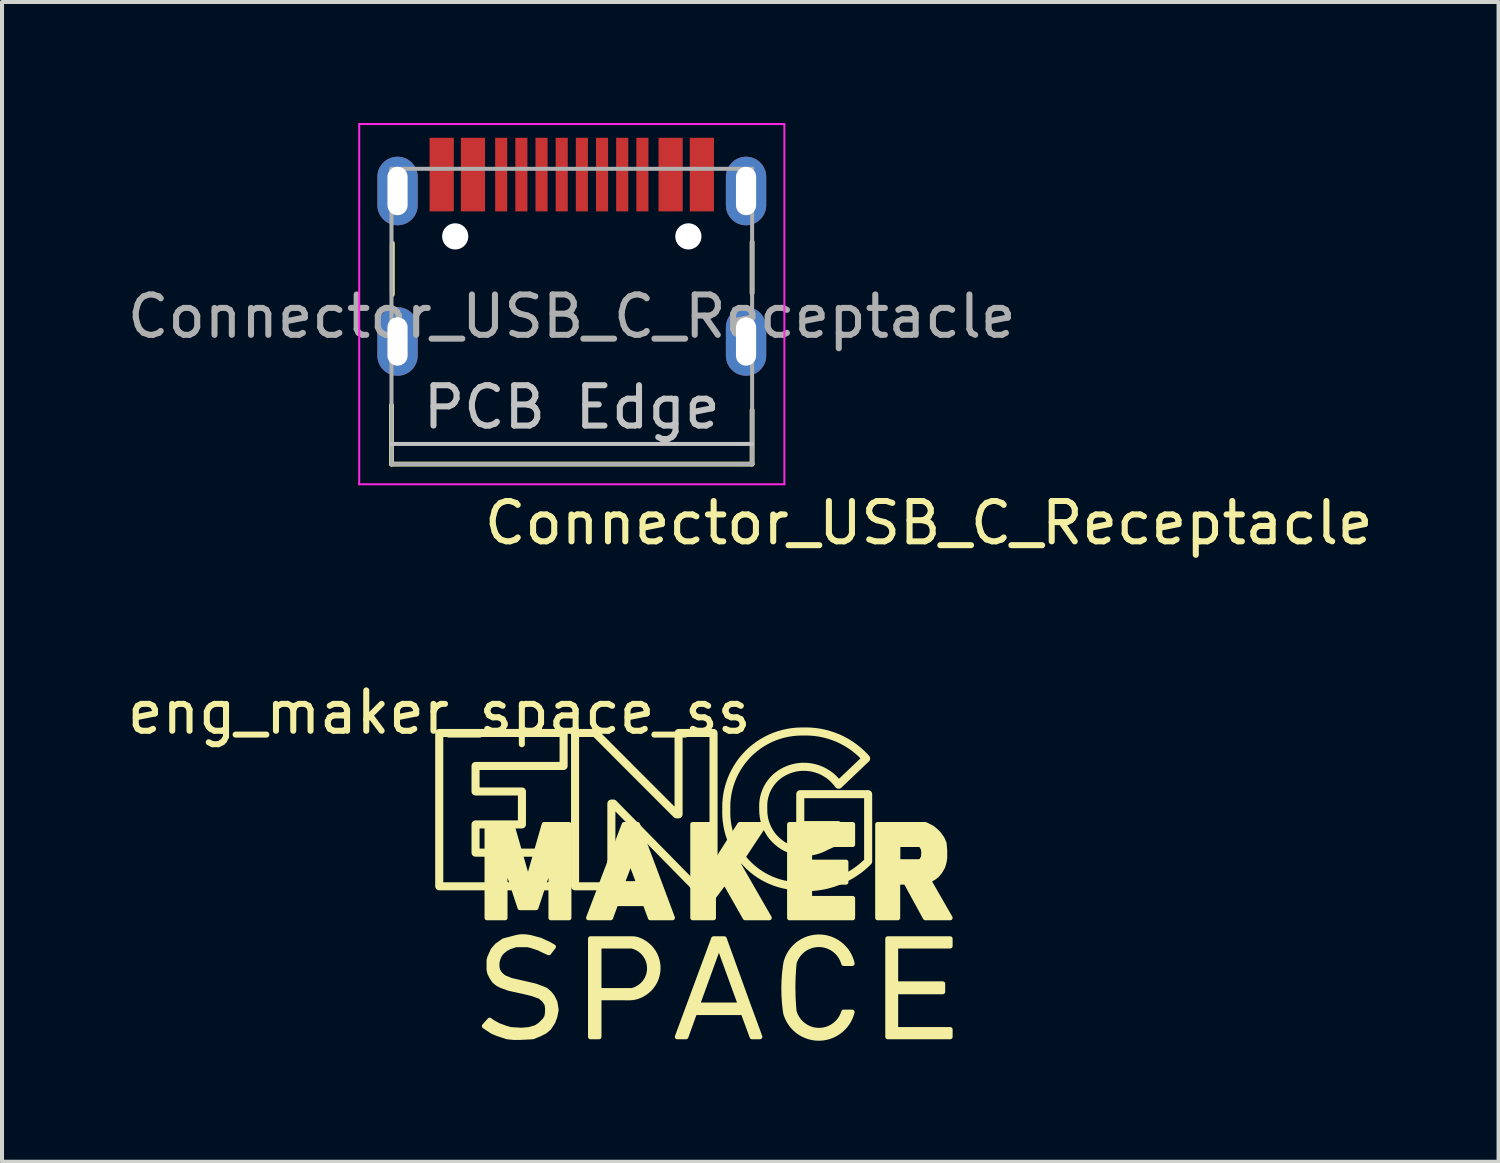
<source format=kicad_pcb>
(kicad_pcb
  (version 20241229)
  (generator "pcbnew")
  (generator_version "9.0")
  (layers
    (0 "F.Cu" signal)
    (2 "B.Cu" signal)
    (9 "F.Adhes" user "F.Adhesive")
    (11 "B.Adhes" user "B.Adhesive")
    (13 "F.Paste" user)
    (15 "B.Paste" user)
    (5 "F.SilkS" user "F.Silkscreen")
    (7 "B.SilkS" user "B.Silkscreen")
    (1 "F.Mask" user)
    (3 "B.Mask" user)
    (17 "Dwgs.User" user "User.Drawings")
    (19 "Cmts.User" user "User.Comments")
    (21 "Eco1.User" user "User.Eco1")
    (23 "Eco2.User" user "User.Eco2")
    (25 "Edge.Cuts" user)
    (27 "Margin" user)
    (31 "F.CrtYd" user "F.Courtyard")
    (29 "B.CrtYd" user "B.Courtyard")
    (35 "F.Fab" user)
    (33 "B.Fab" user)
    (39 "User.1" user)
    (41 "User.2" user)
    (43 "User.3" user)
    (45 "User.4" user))
  (footprint "Connector_USB_C_Receptacle"
    (layer "F.Cu")
    (at 11.125 3.615)
    (property "Reference" "Connector_USB_C_Receptacle" (at 8.85 6.3 0) (layer "F.SilkS") (effects (font (size 1 1) (thickness 0.15))))
    (attr smd)
    (fp_line (start -4.47 4.84) (end -4.47 3.38) (stroke (width 0.12) (type solid)) (layer "F.SilkS"))
    (fp_line (start -4.45 -0.635) (end -4.45 0.635) (stroke (width 0.12) (type solid)) (layer "F.SilkS"))
    (fp_line (start 4.47 -0.67) (end 4.47 0.6) (stroke (width 0.12) (type solid)) (layer "F.SilkS"))
    (fp_line (start 4.47 4.84) (end -4.47 4.84) (stroke (width 0.12) (type solid)) (layer "F.SilkS"))
    (fp_line (start 4.47 4.84) (end 4.47 3.5) (stroke (width 0.12) (type solid)) (layer "F.SilkS"))
    (fp_line (start -4.47 4.34) (end 4.47 4.34) (stroke (width 0.1) (type solid)) (layer "Dwgs.User"))
    (fp_line (start -5.27 -3.59) (end -5.27 5.34) (stroke (width 0.05) (type solid)) (layer "F.CrtYd"))
    (fp_line (start -5.27 5.34) (end 5.27 5.34) (stroke (width 0.05) (type solid)) (layer "F.CrtYd"))
    (fp_line (start 5.27 -3.59) (end -5.27 -3.59) (stroke (width 0.05) (type solid)) (layer "F.CrtYd"))
    (fp_line (start 5.27 5.34) (end 5.27 -3.59) (stroke (width 0.05) (type solid)) (layer "F.CrtYd"))
    (fp_line (start -4.47 -2.48) (end -4.47 4.84) (stroke (width 0.1) (type solid)) (layer "F.Fab"))
    (fp_line (start -4.47 -2.48) (end 4.47 -2.48) (stroke (width 0.1) (type solid)) (layer "F.Fab"))
    (fp_line (start 4.47 -2.48) (end 4.47 4.84) (stroke (width 0.1) (type solid)) (layer "F.Fab"))
    (fp_line (start 4.47 4.84) (end -4.47 4.84) (stroke (width 0.1) (type solid)) (layer "F.Fab"))
    (fp_text user "PCB Edge" (at 0 3.43 0) (layer "Dwgs.User") (effects (font (size 1 1) (thickness 0.15))))
    (fp_text user "${REFERENCE}" (at 0 1.18 0) (layer "F.Fab") (effects (font (size 1 1) (thickness 0.15))))
    (pad "" np_thru_hole circle (at -2.89 -0.805) (size 0.65 0.65) (drill 0.65) (layers "*.Cu" "*.Mask"))
    (pad "" np_thru_hole circle (at 2.89 -0.805) (size 0.65 0.65) (drill 0.65) (layers "*.Cu" "*.Mask"))
    (pad "1" smd rect (at -3.225 -2.337) (size 0.6 1.825) (layers "F.Cu" "F.Mask" "F.Paste"))
    (pad "2" smd rect (at -2.45 -2.337) (size 0.6 1.825) (layers "F.Cu" "F.Mask" "F.Paste"))
    (pad "3" smd rect (at -1.75 -2.337) (size 0.3 1.825) (layers "F.Cu" "F.Mask" "F.Paste"))
    (pad "4" smd rect (at -1.25 -2.337) (size 0.3 1.825) (layers "F.Cu" "F.Mask" "F.Paste"))
    (pad "5" smd rect (at -0.75 -2.337) (size 0.3 1.825) (layers "F.Cu" "F.Mask" "F.Paste"))
    (pad "6" smd rect (at -0.25 -2.337) (size 0.3 1.825) (layers "F.Cu" "F.Mask" "F.Paste"))
    (pad "7" smd rect (at 0.25 -2.337) (size 0.3 1.825) (layers "F.Cu" "F.Mask" "F.Paste"))
    (pad "8" smd rect (at 0.75 -2.337) (size 0.3 1.825) (layers "F.Cu" "F.Mask" "F.Paste"))
    (pad "9" smd rect (at 1.25 -2.337) (size 0.3 1.825) (layers "F.Cu" "F.Mask" "F.Paste"))
    (pad "10" smd rect (at 1.75 -2.337) (size 0.3 1.825) (layers "F.Cu" "F.Mask" "F.Paste"))
    (pad "11" smd rect (at 2.45 -2.337) (size 0.6 1.825) (layers "F.Cu" "F.Mask" "F.Paste"))
    (pad "12" smd rect (at 3.225 -2.337) (size 0.6 1.825) (layers "F.Cu" "F.Mask" "F.Paste"))
    (pad "S1" thru_hole oval (at -4.32 -1.93 90) (size 1.7 1) (drill oval 1.2 0.5) (layers "*.Cu" "*.Mask"))
    (pad "S1" thru_hole oval (at -4.32 1.8 90) (size 1.7 1) (drill oval 1.2 0.5) (layers "*.Cu" "*.Mask"))
    (pad "S1" thru_hole oval (at 4.32 -1.93 90) (size 1.7 1) (drill oval 1.2 0.5) (layers "*.Cu" "*.Mask"))
    (pad "S1" thru_hole oval (at 4.32 1.8 90) (size 1.7 1) (drill oval 1.2 0.5) (layers "*.Cu" "*.Mask")))
  (footprint "eng_maker_space_ss"
    (layer "F.Cu")
    (at 7.839 15.111)
    (property "Reference" "eng_maker_space_ss" (at 0 -0.5 0) (unlocked yes) (layer "F.SilkS") (effects (font (size 1 1) (thickness 0.15))))
    (attr board_only exclude_from_bom)
    (fp_poly (pts (xy 11.958 2.802) (xy 11.992 2.856) (xy 12.017 2.952) (xy 12.008 3.077) (xy 11.971 3.16) (xy 11.925 3.197) (xy 11.879 3.206) (xy 11.367 3.206) (xy 11.367 2.777) (xy 11.921 2.777)) (stroke (width 0.12) (type solid)) (fill no) (layer "F.SilkS"))
    (fp_poly (pts (xy 3.083 0.827) (xy 3.083 0.01) (xy 0 0.01) (xy 0 3.81) (xy 2.992 3.81) (xy 2.992 2.977) (xy 0.9 2.977) (xy 0.9 2.277) (xy 2.05 2.277) (xy 2.05 1.46) (xy 0.9 1.46) (xy 0.9 0.827)) (stroke (width 0.2) (type solid)) (fill no) (layer "F.SilkS"))
    (fp_poly (pts (xy 10.25 2.777) (xy 9.183 2.777) (xy 9.183 3.21) (xy 10.083 3.21) (xy 10.083 3.71) (xy 9.183 3.71) (xy 9.183 4.11) (xy 10.25 4.11) (xy 10.25 4.593) (xy 8.683 4.593) (xy 8.683 2.277) (xy 10.25 2.277)) (stroke (width 0.12) (type solid)) (fill yes) (layer "F.SilkS"))
    (fp_poly (pts (xy 12.667 5.293) (xy 11.317 5.293) (xy 11.317 6.227) (xy 12.483 6.227) (xy 12.483 6.427) (xy 11.317 6.427) (xy 11.317 7.36) (xy 12.667 7.36) (xy 12.667 7.543) (xy 11.117 7.543) (xy 11.117 5.11) (xy 12.667 5.11)) (stroke (width 0.12) (type solid)) (fill yes) (layer "F.SilkS"))
    (fp_poly (pts (xy 5.883 2.027) (xy 5.933 2.027) (xy 5.933 0.01) (xy 6.8 0.01) (xy 6.8 3.81) (xy 6.333 3.81) (xy 6.233 3.71) (xy 4.317 1.76) (xy 4.267 1.76) (xy 4.267 3.81) (xy 3.367 3.81) (xy 3.367 0.01) (xy 3.867 0.01)) (stroke (width 0.2) (type solid)) (fill no) (layer "F.SilkS"))
    (fp_poly (pts (xy 5.783 4.593) (xy 5.233 4.593) (xy 5.104 4.243) (xy 4.379 4.243) (xy 4.25 4.593) (xy 3.7 4.593) (xy 4.583 2.277) (xy 4.917 2.277) (xy 5.284 3.259) (xy 4.717 3.26) (xy 4.533 3.743) (xy 4.95 3.743) (xy 4.767 3.26) (xy 5.285 3.26)) (stroke (width 0.12) (type solid)) (fill yes) (layer "F.SilkS"))
    (fp_poly (pts (xy 7.417 3.26) (xy 8.183 4.593) (xy 7.583 4.593) (xy 7.1 3.743) (xy 7.05 3.743) (xy 6.8 4.077) (xy 6.8 4.593) (xy 6.283 4.593) (xy 6.283 2.277) (xy 6.8 2.277) (xy 6.8 3.193) (xy 6.867 3.193) (xy 7.45 2.277) (xy 8.067 2.277)) (stroke (width 0.12) (type solid)) (fill yes) (layer "F.SilkS"))
    (fp_poly (pts (xy 2.183 3.61) (xy 2.217 3.61) (xy 2.6 2.277) (xy 3.217 2.277) (xy 3.217 4.593) (xy 2.767 4.593) (xy 2.767 3.427) (xy 2.7 3.427) (xy 2.4 4.343) (xy 2 4.343) (xy 1.7 3.427) (xy 1.633 3.427) (xy 1.633 4.593) (xy 1.183 4.593) (xy 1.183 2.277) (xy 1.8 2.277)) (stroke (width 0.12) (type solid)) (fill yes) (layer "F.SilkS"))
    (fp_poly (pts (xy 7.66 6.752) (xy 7.467 6.752) (xy 6.958 5.352) (xy 6.908 5.352) (xy 6.4 6.752) (xy 7.467 6.752) (xy 7.66 6.752) (xy 7.804 7.142) (xy 7.95 7.543) (xy 7.754 7.543) (xy 7.533 6.943) (xy 6.333 6.943) (xy 6.117 7.543) (xy 5.9 7.543) (xy 6.8 5.11) (xy 7.067 5.11)) (stroke (width 0.12) (type solid)) (fill yes) (layer "F.SilkS"))
    (fp_poly (pts (xy 12.217 2.36) (xy 12.3 2.427) (xy 12.383 2.51) (xy 12.467 2.627) (xy 12.517 2.743) (xy 12.533 2.91) (xy 12.533 3.11) (xy 12.517 3.21) (xy 12.483 3.327) (xy 12.417 3.443) (xy 12.333 3.543) (xy 12.267 3.593) (xy 12.183 3.643) (xy 12.15 3.66) (xy 12.15 3.693) (xy 12.667 4.593) (xy 12.05 4.593) (xy 11.567 3.71) (xy 11.367 3.71) (xy 11.367 4.593) (xy 10.867 4.593) (xy 10.867 2.777) (xy 11.367 2.777) (xy 11.367 3.206) (xy 11.879 3.206) (xy 11.925 3.197) (xy 11.971 3.16) (xy 12.008 3.077) (xy 12.017 2.952) (xy 11.992 2.856) (xy 11.958 2.802) (xy 11.921 2.777) (xy 10.867 2.777) (xy 10.867 2.277) (xy 12.05 2.277)) (stroke (width 0.12) (type solid)) (fill yes) (layer "F.SilkS"))
    (fp_poly (pts (xy 3.962 6.382) (xy 3.962 7.543) (xy 3.748 7.543) (xy 3.748 5.11) (xy 4.748 5.11) (xy 4.775 5.109) (xy 4.828 5.112) (xy 4.881 5.12) (xy 4.907 5.127) (xy 4.94 5.138) (xy 5.005 5.165) (xy 5.067 5.199) (xy 5.125 5.238) (xy 5.18 5.283) (xy 5.23 5.332) (xy 5.275 5.386) (xy 5.315 5.444) (xy 5.349 5.505) (xy 5.377 5.57) (xy 5.399 5.637) (xy 5.415 5.705) (xy 5.424 5.775) (xy 5.426 5.845) (xy 5.422 5.916) (xy 5.411 5.985) (xy 5.394 6.053) (xy 5.371 6.12) (xy 5.341 6.183) (xy 5.305 6.244) (xy 5.264 6.301) (xy 5.218 6.354) (xy 5.166 6.402) (xy 5.111 6.445) (xy 5.052 6.483) (xy 4.989 6.515) (xy 4.924 6.541) (xy 4.89 6.552) (xy 4.856 6.561) (xy 4.787 6.573) (xy 4.717 6.578) (xy 4.682 6.577) (xy 3.962 6.575) (xy 3.962 6.393) (xy 4.042 6.393) (xy 4.775 6.393) (xy 4.804 6.386) (xy 4.862 6.366) (xy 4.916 6.34) (xy 4.968 6.308) (xy 5.016 6.271) (xy 5.06 6.229) (xy 5.099 6.183) (xy 5.132 6.132) (xy 5.161 6.079) (xy 5.183 6.022) (xy 5.199 5.964) (xy 5.209 5.904) (xy 5.212 5.843) (xy 5.209 5.783) (xy 5.199 5.723) (xy 5.183 5.664) (xy 5.161 5.608) (xy 5.132 5.554) (xy 5.099 5.504) (xy 5.06 5.458) (xy 5.016 5.416) (xy 4.968 5.378) (xy 4.916 5.347) (xy 4.862 5.321) (xy 4.804 5.301) (xy 4.775 5.293) (xy 3.962 5.293)) (stroke (width 0.12) (type solid)) (fill yes) (layer "F.SilkS"))
    (fp_poly (pts (xy 2.25 5.077) (xy 2.5 5.143) (xy 2.717 5.243) (xy 2.833 5.31) (xy 2.717 5.46) (xy 2.567 5.393) (xy 2.467 5.343) (xy 2.267 5.277) (xy 2.183 5.26) (xy 1.9 5.26) (xy 1.75 5.31) (xy 1.65 5.36) (xy 1.55 5.443) (xy 1.5 5.51) (xy 1.467 5.577) (xy 1.45 5.627) (xy 1.433 5.71) (xy 1.433 5.81) (xy 1.45 5.893) (xy 1.5 5.977) (xy 1.55 6.027) (xy 1.617 6.077) (xy 1.783 6.143) (xy 2.367 6.277) (xy 2.55 6.343) (xy 2.633 6.377) (xy 2.733 6.46) (xy 2.8 6.543) (xy 2.867 6.677) (xy 2.883 6.76) (xy 2.9 6.877) (xy 2.867 7.043) (xy 2.817 7.177) (xy 2.717 7.327) (xy 2.617 7.41) (xy 2.483 7.477) (xy 2.317 7.543) (xy 1.983 7.56) (xy 1.85 7.56) (xy 1.683 7.543) (xy 1.433 7.46) (xy 1.317 7.41) (xy 1.117 7.277) (xy 1.133 7.26) (xy 1.25 7.127) (xy 1.317 7.177) (xy 1.467 7.26) (xy 1.65 7.327) (xy 1.767 7.36) (xy 2.033 7.377) (xy 2.233 7.36) (xy 2.4 7.31) (xy 2.5 7.243) (xy 2.617 7.127) (xy 2.667 7.043) (xy 2.683 6.927) (xy 2.683 6.827) (xy 2.667 6.727) (xy 2.6 6.627) (xy 2.5 6.543) (xy 2.317 6.477) (xy 2.117 6.427) (xy 1.733 6.343) (xy 1.55 6.277) (xy 1.45 6.227) (xy 1.367 6.16) (xy 1.3 6.06) (xy 1.25 5.96) (xy 1.233 5.877) (xy 1.233 5.643) (xy 1.25 5.577) (xy 1.333 5.393) (xy 1.433 5.277) (xy 1.6 5.16) (xy 1.917 5.077) (xy 2.017 5.06) (xy 2.133 5.06)) (stroke (width 0.12) (type solid)) (fill yes) (layer "F.SilkS"))
    (fp_poly (pts (xy 10.025 6.927) (arc (start 10.23677 6.92733) (mid 9.42177 7.578263) (end 8.5867 6.95333)) (arc (start 8.5867 6.95333) (mid 8.54063 6.33147) (end 8.5917 5.71)) (arc (start 8.5917 5.71) (mid 9.4209 5.06526) (end 10.2377 5.72566)) (arc (start 10.02603 5.72566) (mid 9.4189 5.25709) (end 8.80003 5.71)) (arc (start 8.80003 5.71) (mid 8.76997 6.31046) (end 8.79837 6.910997)) (arc (start 8.79837 6.910997) (mid 9.40583 7.379797) (end 10.02503 6.926663))) (stroke (width 0.12) (type solid)) (fill yes) (layer "F.SilkS"))
    (fp_poly (pts (xy 10.583 0.643) (xy 9.9 1.293) (xy 9.876 1.26) (xy 9.822 1.196) (xy 9.764 1.136) (xy 9.702 1.081) (xy 9.635 1.032) (xy 9.565 0.988) (xy 9.491 0.949) (xy 9.414 0.916) (xy 9.335 0.89) (xy 9.255 0.87) (xy 9.173 0.856) (xy 9.09 0.849) (xy 9.007 0.848) (xy 8.924 0.854) (xy 8.841 0.866) (xy 8.76 0.885) (xy 8.681 0.91) (xy 8.604 0.942) (xy 8.567 0.96) (xy 8.531 0.978) (xy 8.462 1.019) (xy 8.397 1.066) (xy 8.335 1.118) (xy 8.279 1.175) (xy 8.228 1.237) (xy 8.181 1.303) (xy 8.141 1.372) (xy 8.107 1.445) (xy 8.078 1.52) (xy 8.057 1.597) (xy 8.041 1.676) (xy 8.033 1.756) (xy 8.031 1.837) (xy 8.033 1.877) (xy 8.032 1.917) (xy 8.035 1.998) (xy 8.044 2.079) (xy 8.059 2.159) (xy 8.081 2.237) (xy 8.109 2.313) (xy 8.142 2.387) (xy 8.182 2.458) (xy 8.226 2.526) (xy 8.276 2.59) (xy 8.331 2.65) (xy 8.39 2.705) (xy 8.454 2.756) (xy 8.521 2.802) (xy 8.592 2.842) (xy 8.666 2.876) (xy 8.742 2.904) (xy 8.82 2.927) (xy 8.899 2.943) (xy 8.98 2.953) (xy 9.061 2.957) (xy 9.142 2.954) (xy 9.223 2.945) (xy 9.303 2.929) (xy 9.381 2.907) (xy 9.457 2.88) (xy 9.531 2.846) (xy 9.567 2.827) (xy 9.75 2.743) (xy 9.883 2.293) (xy 8.95 2.293) (xy 8.95 1.527) (xy 10.633 1.527) (xy 10.633 3.193) (xy 10.59 3.236) (xy 10.498 3.318) (xy 10.402 3.395) (xy 10.302 3.466) (xy 10.198 3.531) (xy 10.091 3.59) (xy 9.98 3.644) (xy 9.867 3.69) (xy 9.751 3.731) (xy 9.633 3.765) (xy 9.513 3.792) (xy 9.392 3.812) (xy 9.271 3.826) (xy 9.148 3.832) (xy 9.025 3.832) (xy 8.903 3.825) (xy 8.781 3.811) (xy 8.66 3.79) (xy 8.6 3.777) (xy 8.547 3.766) (xy 8.442 3.74) (xy 8.339 3.707) (xy 8.238 3.668) (xy 8.139 3.623) (xy 8.043 3.573) (xy 7.951 3.517) (xy 7.862 3.456) (xy 7.776 3.389) (xy 7.695 3.317) (xy 7.618 3.241) (xy 7.546 3.161) (xy 7.479 3.076) (xy 7.417 2.987) (xy 7.36 2.895) (xy 7.308 2.8) (xy 7.263 2.702) (xy 7.223 2.601) (xy 7.189 2.498) (xy 7.162 2.394) (xy 7.141 2.287) (xy 7.126 2.18) (xy 7.117 2.072) (xy 7.115 1.964) (xy 7.117 1.91) (xy 7.115 1.854) (xy 7.118 1.741) (xy 7.128 1.628) (xy 7.144 1.516) (xy 7.168 1.406) (xy 7.198 1.297) (xy 7.234 1.19) (xy 7.277 1.085) (xy 7.326 0.983) (xy 7.381 0.885) (xy 7.442 0.789) (xy 7.508 0.698) (xy 7.58 0.611) (xy 7.657 0.528) (xy 7.739 0.45) (xy 7.825 0.378) (xy 7.916 0.31) (xy 8.011 0.248) (xy 8.109 0.192) (xy 8.21 0.142) (xy 8.314 0.098) (xy 8.421 0.061) (xy 8.53 0.03) (xy 8.64 0.006) (xy 8.751 -0.012) (xy 8.864 -0.023) (xy 8.977 -0.027) (xy 9.033 -0.026) (xy 9.091 -0.028) (xy 9.208 -0.024) (xy 9.323 -0.014) (xy 9.438 0.003) (xy 9.552 0.027) (xy 9.664 0.057) (xy 9.775 0.094) (xy 9.883 0.136) (xy 9.988 0.186) (xy 10.09 0.241) (xy 10.189 0.302) (xy 10.284 0.369) (xy 10.375 0.441) (xy 10.462 0.518) (xy 10.544 0.6)) (stroke (width 0.2) (type solid)) (fill no) (layer "F.SilkS")))
  (gr_rect
    (start -3 -3)
    (end 34.1 25.75)
    (stroke (width 0.1) (type default))
    (fill no)
    (layer "Edge.Cuts")))
</source>
